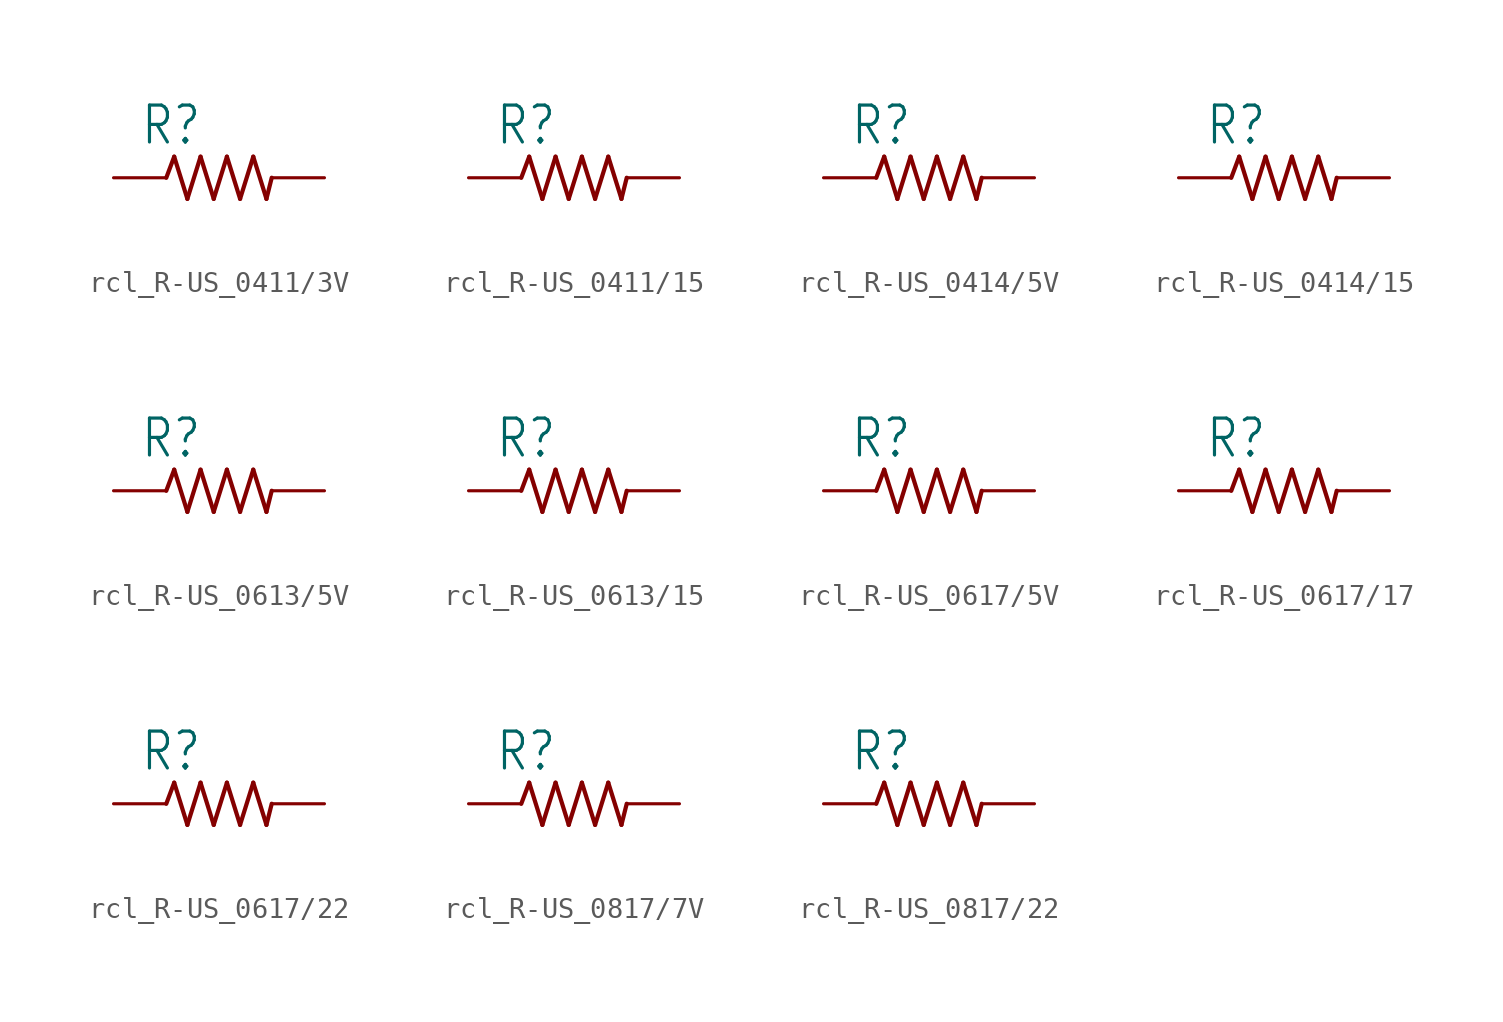
<source format=kicad_sym>
(kicad_symbol_lib
  (version 20231120)
  (generator "kicad_symbol_editor")
  (generator_version "8.0")
  (symbol "rcl_R-US_0411/3V"
    (property "Reference" "R"
      (at -3.81 1.499 0)
      (effects (font (size 1.778 1.511)) (justify left bottom)))
    (property "Value" ""
      (at -3.81 -3.302 0)
      (effects (font (size 1.778 1.511)) (justify left bottom)))
    (property "ki_locked" ""
      (at 0 0 0)
      (effects (font (size 1.27 1.27))))
    (symbol "rcl_R-US_0411/3V_1_0"
      (polyline (pts (xy -2.54 0) (xy -2.159 1.016)) (stroke (width 0.203) (type solid)) (fill (type none)))
      (polyline (pts (xy -2.159 1.016) (xy -1.524 -1.016)) (stroke (width 0.203) (type solid)) (fill (type none)))
      (polyline (pts (xy -1.524 -1.016) (xy -0.889 1.016)) (stroke (width 0.203) (type solid)) (fill (type none)))
      (polyline (pts (xy -0.889 1.016) (xy -0.254 -1.016)) (stroke (width 0.203) (type solid)) (fill (type none)))
      (polyline (pts (xy -0.254 -1.016) (xy 0.381 1.016)) (stroke (width 0.203) (type solid)) (fill (type none)))
      (polyline (pts (xy 0.381 1.016) (xy 1.016 -1.016)) (stroke (width 0.203) (type solid)) (fill (type none)))
      (polyline (pts (xy 1.016 -1.016) (xy 1.651 1.016)) (stroke (width 0.203) (type solid)) (fill (type none)))
      (polyline (pts (xy 1.651 1.016) (xy 2.286 -1.016)) (stroke (width 0.203) (type solid)) (fill (type none)))
      (polyline (pts (xy 2.286 -1.016) (xy 2.54 0)) (stroke (width 0.203) (type solid)) (fill (type none)))
      (pin passive line (at -5.08 0 0) (length 2.54) (name "1" (effects (font (size 0 0)))) (number "1" (effects (font (size 0 0)))))
      (pin passive line (at 5.08 0 180) (length 2.54) (name "2" (effects (font (size 0 0)))) (number "2" (effects (font (size 0 0)))))))
  (symbol "rcl_R-US_0411/15"
    (property "Reference" "R"
      (at -3.81 1.499 0)
      (effects (font (size 1.778 1.511)) (justify left bottom)))
    (property "Value" ""
      (at -3.81 -3.302 0)
      (effects (font (size 1.778 1.511)) (justify left bottom)))
    (property "ki_locked" ""
      (at 0 0 0)
      (effects (font (size 1.27 1.27))))
    (symbol "rcl_R-US_0411/15_1_0"
      (polyline (pts (xy -2.54 0) (xy -2.159 1.016)) (stroke (width 0.203) (type solid)) (fill (type none)))
      (polyline (pts (xy -2.159 1.016) (xy -1.524 -1.016)) (stroke (width 0.203) (type solid)) (fill (type none)))
      (polyline (pts (xy -1.524 -1.016) (xy -0.889 1.016)) (stroke (width 0.203) (type solid)) (fill (type none)))
      (polyline (pts (xy -0.889 1.016) (xy -0.254 -1.016)) (stroke (width 0.203) (type solid)) (fill (type none)))
      (polyline (pts (xy -0.254 -1.016) (xy 0.381 1.016)) (stroke (width 0.203) (type solid)) (fill (type none)))
      (polyline (pts (xy 0.381 1.016) (xy 1.016 -1.016)) (stroke (width 0.203) (type solid)) (fill (type none)))
      (polyline (pts (xy 1.016 -1.016) (xy 1.651 1.016)) (stroke (width 0.203) (type solid)) (fill (type none)))
      (polyline (pts (xy 1.651 1.016) (xy 2.286 -1.016)) (stroke (width 0.203) (type solid)) (fill (type none)))
      (polyline (pts (xy 2.286 -1.016) (xy 2.54 0)) (stroke (width 0.203) (type solid)) (fill (type none)))
      (pin passive line (at -5.08 0 0) (length 2.54) (name "1" (effects (font (size 0 0)))) (number "1" (effects (font (size 0 0)))))
      (pin passive line (at 5.08 0 180) (length 2.54) (name "2" (effects (font (size 0 0)))) (number "2" (effects (font (size 0 0)))))))
  (symbol "rcl_R-US_0414/5V"
    (property "Reference" "R"
      (at -3.81 1.499 0)
      (effects (font (size 1.778 1.511)) (justify left bottom)))
    (property "Value" ""
      (at -3.81 -3.302 0)
      (effects (font (size 1.778 1.511)) (justify left bottom)))
    (property "ki_locked" ""
      (at 0 0 0)
      (effects (font (size 1.27 1.27))))
    (symbol "rcl_R-US_0414/5V_1_0"
      (polyline (pts (xy -2.54 0) (xy -2.159 1.016)) (stroke (width 0.203) (type solid)) (fill (type none)))
      (polyline (pts (xy -2.159 1.016) (xy -1.524 -1.016)) (stroke (width 0.203) (type solid)) (fill (type none)))
      (polyline (pts (xy -1.524 -1.016) (xy -0.889 1.016)) (stroke (width 0.203) (type solid)) (fill (type none)))
      (polyline (pts (xy -0.889 1.016) (xy -0.254 -1.016)) (stroke (width 0.203) (type solid)) (fill (type none)))
      (polyline (pts (xy -0.254 -1.016) (xy 0.381 1.016)) (stroke (width 0.203) (type solid)) (fill (type none)))
      (polyline (pts (xy 0.381 1.016) (xy 1.016 -1.016)) (stroke (width 0.203) (type solid)) (fill (type none)))
      (polyline (pts (xy 1.016 -1.016) (xy 1.651 1.016)) (stroke (width 0.203) (type solid)) (fill (type none)))
      (polyline (pts (xy 1.651 1.016) (xy 2.286 -1.016)) (stroke (width 0.203) (type solid)) (fill (type none)))
      (polyline (pts (xy 2.286 -1.016) (xy 2.54 0)) (stroke (width 0.203) (type solid)) (fill (type none)))
      (pin passive line (at -5.08 0 0) (length 2.54) (name "1" (effects (font (size 0 0)))) (number "1" (effects (font (size 0 0)))))
      (pin passive line (at 5.08 0 180) (length 2.54) (name "2" (effects (font (size 0 0)))) (number "2" (effects (font (size 0 0)))))))
  (symbol "rcl_R-US_0414/15"
    (property "Reference" "R"
      (at -3.81 1.499 0)
      (effects (font (size 1.778 1.511)) (justify left bottom)))
    (property "Value" ""
      (at -3.81 -3.302 0)
      (effects (font (size 1.778 1.511)) (justify left bottom)))
    (property "ki_locked" ""
      (at 0 0 0)
      (effects (font (size 1.27 1.27))))
    (symbol "rcl_R-US_0414/15_1_0"
      (polyline (pts (xy -2.54 0) (xy -2.159 1.016)) (stroke (width 0.203) (type solid)) (fill (type none)))
      (polyline (pts (xy -2.159 1.016) (xy -1.524 -1.016)) (stroke (width 0.203) (type solid)) (fill (type none)))
      (polyline (pts (xy -1.524 -1.016) (xy -0.889 1.016)) (stroke (width 0.203) (type solid)) (fill (type none)))
      (polyline (pts (xy -0.889 1.016) (xy -0.254 -1.016)) (stroke (width 0.203) (type solid)) (fill (type none)))
      (polyline (pts (xy -0.254 -1.016) (xy 0.381 1.016)) (stroke (width 0.203) (type solid)) (fill (type none)))
      (polyline (pts (xy 0.381 1.016) (xy 1.016 -1.016)) (stroke (width 0.203) (type solid)) (fill (type none)))
      (polyline (pts (xy 1.016 -1.016) (xy 1.651 1.016)) (stroke (width 0.203) (type solid)) (fill (type none)))
      (polyline (pts (xy 1.651 1.016) (xy 2.286 -1.016)) (stroke (width 0.203) (type solid)) (fill (type none)))
      (polyline (pts (xy 2.286 -1.016) (xy 2.54 0)) (stroke (width 0.203) (type solid)) (fill (type none)))
      (pin passive line (at -5.08 0 0) (length 2.54) (name "1" (effects (font (size 0 0)))) (number "1" (effects (font (size 0 0)))))
      (pin passive line (at 5.08 0 180) (length 2.54) (name "2" (effects (font (size 0 0)))) (number "2" (effects (font (size 0 0)))))))
  (symbol "rcl_R-US_0613/5V"
    (property "Reference" "R"
      (at -3.81 1.499 0)
      (effects (font (size 1.778 1.511)) (justify left bottom)))
    (property "Value" ""
      (at -3.81 -3.302 0)
      (effects (font (size 1.778 1.511)) (justify left bottom)))
    (property "ki_locked" ""
      (at 0 0 0)
      (effects (font (size 1.27 1.27))))
    (symbol "rcl_R-US_0613/5V_1_0"
      (polyline (pts (xy -2.54 0) (xy -2.159 1.016)) (stroke (width 0.203) (type solid)) (fill (type none)))
      (polyline (pts (xy -2.159 1.016) (xy -1.524 -1.016)) (stroke (width 0.203) (type solid)) (fill (type none)))
      (polyline (pts (xy -1.524 -1.016) (xy -0.889 1.016)) (stroke (width 0.203) (type solid)) (fill (type none)))
      (polyline (pts (xy -0.889 1.016) (xy -0.254 -1.016)) (stroke (width 0.203) (type solid)) (fill (type none)))
      (polyline (pts (xy -0.254 -1.016) (xy 0.381 1.016)) (stroke (width 0.203) (type solid)) (fill (type none)))
      (polyline (pts (xy 0.381 1.016) (xy 1.016 -1.016)) (stroke (width 0.203) (type solid)) (fill (type none)))
      (polyline (pts (xy 1.016 -1.016) (xy 1.651 1.016)) (stroke (width 0.203) (type solid)) (fill (type none)))
      (polyline (pts (xy 1.651 1.016) (xy 2.286 -1.016)) (stroke (width 0.203) (type solid)) (fill (type none)))
      (polyline (pts (xy 2.286 -1.016) (xy 2.54 0)) (stroke (width 0.203) (type solid)) (fill (type none)))
      (pin passive line (at -5.08 0 0) (length 2.54) (name "1" (effects (font (size 0 0)))) (number "1" (effects (font (size 0 0)))))
      (pin passive line (at 5.08 0 180) (length 2.54) (name "2" (effects (font (size 0 0)))) (number "2" (effects (font (size 0 0)))))))
  (symbol "rcl_R-US_0613/15"
    (property "Reference" "R"
      (at -3.81 1.499 0)
      (effects (font (size 1.778 1.511)) (justify left bottom)))
    (property "Value" ""
      (at -3.81 -3.302 0)
      (effects (font (size 1.778 1.511)) (justify left bottom)))
    (property "ki_locked" ""
      (at 0 0 0)
      (effects (font (size 1.27 1.27))))
    (symbol "rcl_R-US_0613/15_1_0"
      (polyline (pts (xy -2.54 0) (xy -2.159 1.016)) (stroke (width 0.203) (type solid)) (fill (type none)))
      (polyline (pts (xy -2.159 1.016) (xy -1.524 -1.016)) (stroke (width 0.203) (type solid)) (fill (type none)))
      (polyline (pts (xy -1.524 -1.016) (xy -0.889 1.016)) (stroke (width 0.203) (type solid)) (fill (type none)))
      (polyline (pts (xy -0.889 1.016) (xy -0.254 -1.016)) (stroke (width 0.203) (type solid)) (fill (type none)))
      (polyline (pts (xy -0.254 -1.016) (xy 0.381 1.016)) (stroke (width 0.203) (type solid)) (fill (type none)))
      (polyline (pts (xy 0.381 1.016) (xy 1.016 -1.016)) (stroke (width 0.203) (type solid)) (fill (type none)))
      (polyline (pts (xy 1.016 -1.016) (xy 1.651 1.016)) (stroke (width 0.203) (type solid)) (fill (type none)))
      (polyline (pts (xy 1.651 1.016) (xy 2.286 -1.016)) (stroke (width 0.203) (type solid)) (fill (type none)))
      (polyline (pts (xy 2.286 -1.016) (xy 2.54 0)) (stroke (width 0.203) (type solid)) (fill (type none)))
      (pin passive line (at -5.08 0 0) (length 2.54) (name "1" (effects (font (size 0 0)))) (number "1" (effects (font (size 0 0)))))
      (pin passive line (at 5.08 0 180) (length 2.54) (name "2" (effects (font (size 0 0)))) (number "2" (effects (font (size 0 0)))))))
  (symbol "rcl_R-US_0617/5V"
    (property "Reference" "R"
      (at -3.81 1.499 0)
      (effects (font (size 1.778 1.511)) (justify left bottom)))
    (property "Value" ""
      (at -3.81 -3.302 0)
      (effects (font (size 1.778 1.511)) (justify left bottom)))
    (property "ki_locked" ""
      (at 0 0 0)
      (effects (font (size 1.27 1.27))))
    (symbol "rcl_R-US_0617/5V_1_0"
      (polyline (pts (xy -2.54 0) (xy -2.159 1.016)) (stroke (width 0.203) (type solid)) (fill (type none)))
      (polyline (pts (xy -2.159 1.016) (xy -1.524 -1.016)) (stroke (width 0.203) (type solid)) (fill (type none)))
      (polyline (pts (xy -1.524 -1.016) (xy -0.889 1.016)) (stroke (width 0.203) (type solid)) (fill (type none)))
      (polyline (pts (xy -0.889 1.016) (xy -0.254 -1.016)) (stroke (width 0.203) (type solid)) (fill (type none)))
      (polyline (pts (xy -0.254 -1.016) (xy 0.381 1.016)) (stroke (width 0.203) (type solid)) (fill (type none)))
      (polyline (pts (xy 0.381 1.016) (xy 1.016 -1.016)) (stroke (width 0.203) (type solid)) (fill (type none)))
      (polyline (pts (xy 1.016 -1.016) (xy 1.651 1.016)) (stroke (width 0.203) (type solid)) (fill (type none)))
      (polyline (pts (xy 1.651 1.016) (xy 2.286 -1.016)) (stroke (width 0.203) (type solid)) (fill (type none)))
      (polyline (pts (xy 2.286 -1.016) (xy 2.54 0)) (stroke (width 0.203) (type solid)) (fill (type none)))
      (pin passive line (at -5.08 0 0) (length 2.54) (name "1" (effects (font (size 0 0)))) (number "1" (effects (font (size 0 0)))))
      (pin passive line (at 5.08 0 180) (length 2.54) (name "2" (effects (font (size 0 0)))) (number "2" (effects (font (size 0 0)))))))
  (symbol "rcl_R-US_0617/17"
    (property "Reference" "R"
      (at -3.81 1.499 0)
      (effects (font (size 1.778 1.511)) (justify left bottom)))
    (property "Value" ""
      (at -3.81 -3.302 0)
      (effects (font (size 1.778 1.511)) (justify left bottom)))
    (property "ki_locked" ""
      (at 0 0 0)
      (effects (font (size 1.27 1.27))))
    (symbol "rcl_R-US_0617/17_1_0"
      (polyline (pts (xy -2.54 0) (xy -2.159 1.016)) (stroke (width 0.203) (type solid)) (fill (type none)))
      (polyline (pts (xy -2.159 1.016) (xy -1.524 -1.016)) (stroke (width 0.203) (type solid)) (fill (type none)))
      (polyline (pts (xy -1.524 -1.016) (xy -0.889 1.016)) (stroke (width 0.203) (type solid)) (fill (type none)))
      (polyline (pts (xy -0.889 1.016) (xy -0.254 -1.016)) (stroke (width 0.203) (type solid)) (fill (type none)))
      (polyline (pts (xy -0.254 -1.016) (xy 0.381 1.016)) (stroke (width 0.203) (type solid)) (fill (type none)))
      (polyline (pts (xy 0.381 1.016) (xy 1.016 -1.016)) (stroke (width 0.203) (type solid)) (fill (type none)))
      (polyline (pts (xy 1.016 -1.016) (xy 1.651 1.016)) (stroke (width 0.203) (type solid)) (fill (type none)))
      (polyline (pts (xy 1.651 1.016) (xy 2.286 -1.016)) (stroke (width 0.203) (type solid)) (fill (type none)))
      (polyline (pts (xy 2.286 -1.016) (xy 2.54 0)) (stroke (width 0.203) (type solid)) (fill (type none)))
      (pin passive line (at -5.08 0 0) (length 2.54) (name "1" (effects (font (size 0 0)))) (number "1" (effects (font (size 0 0)))))
      (pin passive line (at 5.08 0 180) (length 2.54) (name "2" (effects (font (size 0 0)))) (number "2" (effects (font (size 0 0)))))))
  (symbol "rcl_R-US_0617/22"
    (property "Reference" "R"
      (at -3.81 1.499 0)
      (effects (font (size 1.778 1.511)) (justify left bottom)))
    (property "Value" ""
      (at -3.81 -3.302 0)
      (effects (font (size 1.778 1.511)) (justify left bottom)))
    (property "ki_locked" ""
      (at 0 0 0)
      (effects (font (size 1.27 1.27))))
    (symbol "rcl_R-US_0617/22_1_0"
      (polyline (pts (xy -2.54 0) (xy -2.159 1.016)) (stroke (width 0.203) (type solid)) (fill (type none)))
      (polyline (pts (xy -2.159 1.016) (xy -1.524 -1.016)) (stroke (width 0.203) (type solid)) (fill (type none)))
      (polyline (pts (xy -1.524 -1.016) (xy -0.889 1.016)) (stroke (width 0.203) (type solid)) (fill (type none)))
      (polyline (pts (xy -0.889 1.016) (xy -0.254 -1.016)) (stroke (width 0.203) (type solid)) (fill (type none)))
      (polyline (pts (xy -0.254 -1.016) (xy 0.381 1.016)) (stroke (width 0.203) (type solid)) (fill (type none)))
      (polyline (pts (xy 0.381 1.016) (xy 1.016 -1.016)) (stroke (width 0.203) (type solid)) (fill (type none)))
      (polyline (pts (xy 1.016 -1.016) (xy 1.651 1.016)) (stroke (width 0.203) (type solid)) (fill (type none)))
      (polyline (pts (xy 1.651 1.016) (xy 2.286 -1.016)) (stroke (width 0.203) (type solid)) (fill (type none)))
      (polyline (pts (xy 2.286 -1.016) (xy 2.54 0)) (stroke (width 0.203) (type solid)) (fill (type none)))
      (pin passive line (at -5.08 0 0) (length 2.54) (name "1" (effects (font (size 0 0)))) (number "1" (effects (font (size 0 0)))))
      (pin passive line (at 5.08 0 180) (length 2.54) (name "2" (effects (font (size 0 0)))) (number "2" (effects (font (size 0 0)))))))
  (symbol "rcl_R-US_0817/7V"
    (property "Reference" "R"
      (at -3.81 1.499 0)
      (effects (font (size 1.778 1.511)) (justify left bottom)))
    (property "Value" ""
      (at -3.81 -3.302 0)
      (effects (font (size 1.778 1.511)) (justify left bottom)))
    (property "ki_locked" ""
      (at 0 0 0)
      (effects (font (size 1.27 1.27))))
    (symbol "rcl_R-US_0817/7V_1_0"
      (polyline (pts (xy -2.54 0) (xy -2.159 1.016)) (stroke (width 0.203) (type solid)) (fill (type none)))
      (polyline (pts (xy -2.159 1.016) (xy -1.524 -1.016)) (stroke (width 0.203) (type solid)) (fill (type none)))
      (polyline (pts (xy -1.524 -1.016) (xy -0.889 1.016)) (stroke (width 0.203) (type solid)) (fill (type none)))
      (polyline (pts (xy -0.889 1.016) (xy -0.254 -1.016)) (stroke (width 0.203) (type solid)) (fill (type none)))
      (polyline (pts (xy -0.254 -1.016) (xy 0.381 1.016)) (stroke (width 0.203) (type solid)) (fill (type none)))
      (polyline (pts (xy 0.381 1.016) (xy 1.016 -1.016)) (stroke (width 0.203) (type solid)) (fill (type none)))
      (polyline (pts (xy 1.016 -1.016) (xy 1.651 1.016)) (stroke (width 0.203) (type solid)) (fill (type none)))
      (polyline (pts (xy 1.651 1.016) (xy 2.286 -1.016)) (stroke (width 0.203) (type solid)) (fill (type none)))
      (polyline (pts (xy 2.286 -1.016) (xy 2.54 0)) (stroke (width 0.203) (type solid)) (fill (type none)))
      (pin passive line (at -5.08 0 0) (length 2.54) (name "1" (effects (font (size 0 0)))) (number "1" (effects (font (size 0 0)))))
      (pin passive line (at 5.08 0 180) (length 2.54) (name "2" (effects (font (size 0 0)))) (number "2" (effects (font (size 0 0)))))))
  (symbol "rcl_R-US_0817/22"
    (property "Reference" "R"
      (at -3.81 1.499 0)
      (effects (font (size 1.778 1.511)) (justify left bottom)))
    (property "Value" ""
      (at -3.81 -3.302 0)
      (effects (font (size 1.778 1.511)) (justify left bottom)))
    (property "ki_locked" ""
      (at 0 0 0)
      (effects (font (size 1.27 1.27))))
    (symbol "rcl_R-US_0817/22_1_0"
      (polyline (pts (xy -2.54 0) (xy -2.159 1.016)) (stroke (width 0.203) (type solid)) (fill (type none)))
      (polyline (pts (xy -2.159 1.016) (xy -1.524 -1.016)) (stroke (width 0.203) (type solid)) (fill (type none)))
      (polyline (pts (xy -1.524 -1.016) (xy -0.889 1.016)) (stroke (width 0.203) (type solid)) (fill (type none)))
      (polyline (pts (xy -0.889 1.016) (xy -0.254 -1.016)) (stroke (width 0.203) (type solid)) (fill (type none)))
      (polyline (pts (xy -0.254 -1.016) (xy 0.381 1.016)) (stroke (width 0.203) (type solid)) (fill (type none)))
      (polyline (pts (xy 0.381 1.016) (xy 1.016 -1.016)) (stroke (width 0.203) (type solid)) (fill (type none)))
      (polyline (pts (xy 1.016 -1.016) (xy 1.651 1.016)) (stroke (width 0.203) (type solid)) (fill (type none)))
      (polyline (pts (xy 1.651 1.016) (xy 2.286 -1.016)) (stroke (width 0.203) (type solid)) (fill (type none)))
      (polyline (pts (xy 2.286 -1.016) (xy 2.54 0)) (stroke (width 0.203) (type solid)) (fill (type none)))
      (pin passive line (at -5.08 0 0) (length 2.54) (name "1" (effects (font (size 0 0)))) (number "1" (effects (font (size 0 0)))))
      (pin passive line (at 5.08 0 180) (length 2.54) (name "2" (effects (font (size 0 0)))) (number "2" (effects (font (size 0 0))))))))
</source>
